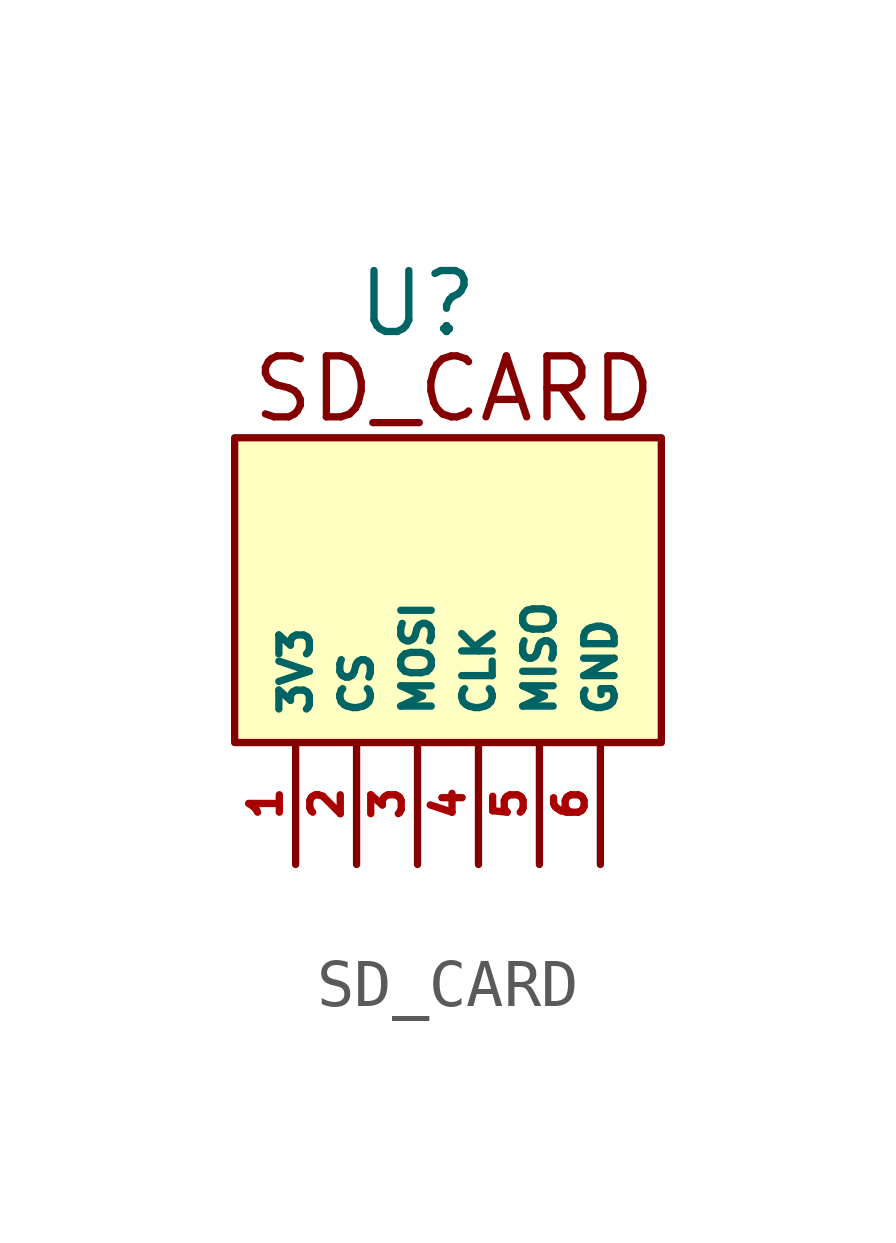
<source format=kicad_sym>
(kicad_symbol_lib
  (version 20231120)
  (generator "kicad_symbol_editor")
  (generator_version "8.0")
  (symbol "SD_CARD"
    (property "Reference" "U"
      (at 0 1.524 0)
      (effects (font (size 1.27 1.27))))
    (property "Value" ""
      (at 0 0 0)
      (effects (font (size 1.27 1.27))))
    (symbol "SD_CARD_1_1"
      (rectangle (start -3.81 -1.27) (end 5.08 -7.62) (stroke (width 0) (type default)) (fill (type background)))
      (text "SD_CARD\n" (at 0.762 -0.254 0) (effects (font (size 1.27 1.27))))
      (pin input line (at -2.54 -10.16 90) (length 2.54) (name "3V3" (effects (font (size 0.635 0.635)))) (number "1" (effects (font (size 0.635 0.635)))))
      (pin output line (at -1.27 -10.16 90) (length 2.54) (name "CS" (effects (font (size 0.635 0.635)))) (number "2" (effects (font (size 0.635 0.635)))))
      (pin output line (at 0 -10.16 90) (length 2.54) (name "MOSI" (effects (font (size 0.635 0.635)))) (number "3" (effects (font (size 0.635 0.635)))))
      (pin output line (at 1.27 -10.16 90) (length 2.54) (name "CLK" (effects (font (size 0.635 0.635)))) (number "4" (effects (font (size 0.635 0.635)))))
      (pin output line (at 2.54 -10.16 90) (length 2.54) (name "MISO" (effects (font (size 0.635 0.635)))) (number "5" (effects (font (size 0.635 0.635)))))
      (pin input line (at 3.81 -10.16 90) (length 2.54) (name "GND" (effects (font (size 0.635 0.635)))) (number "6" (effects (font (size 0.635 0.635))))))))
</source>
